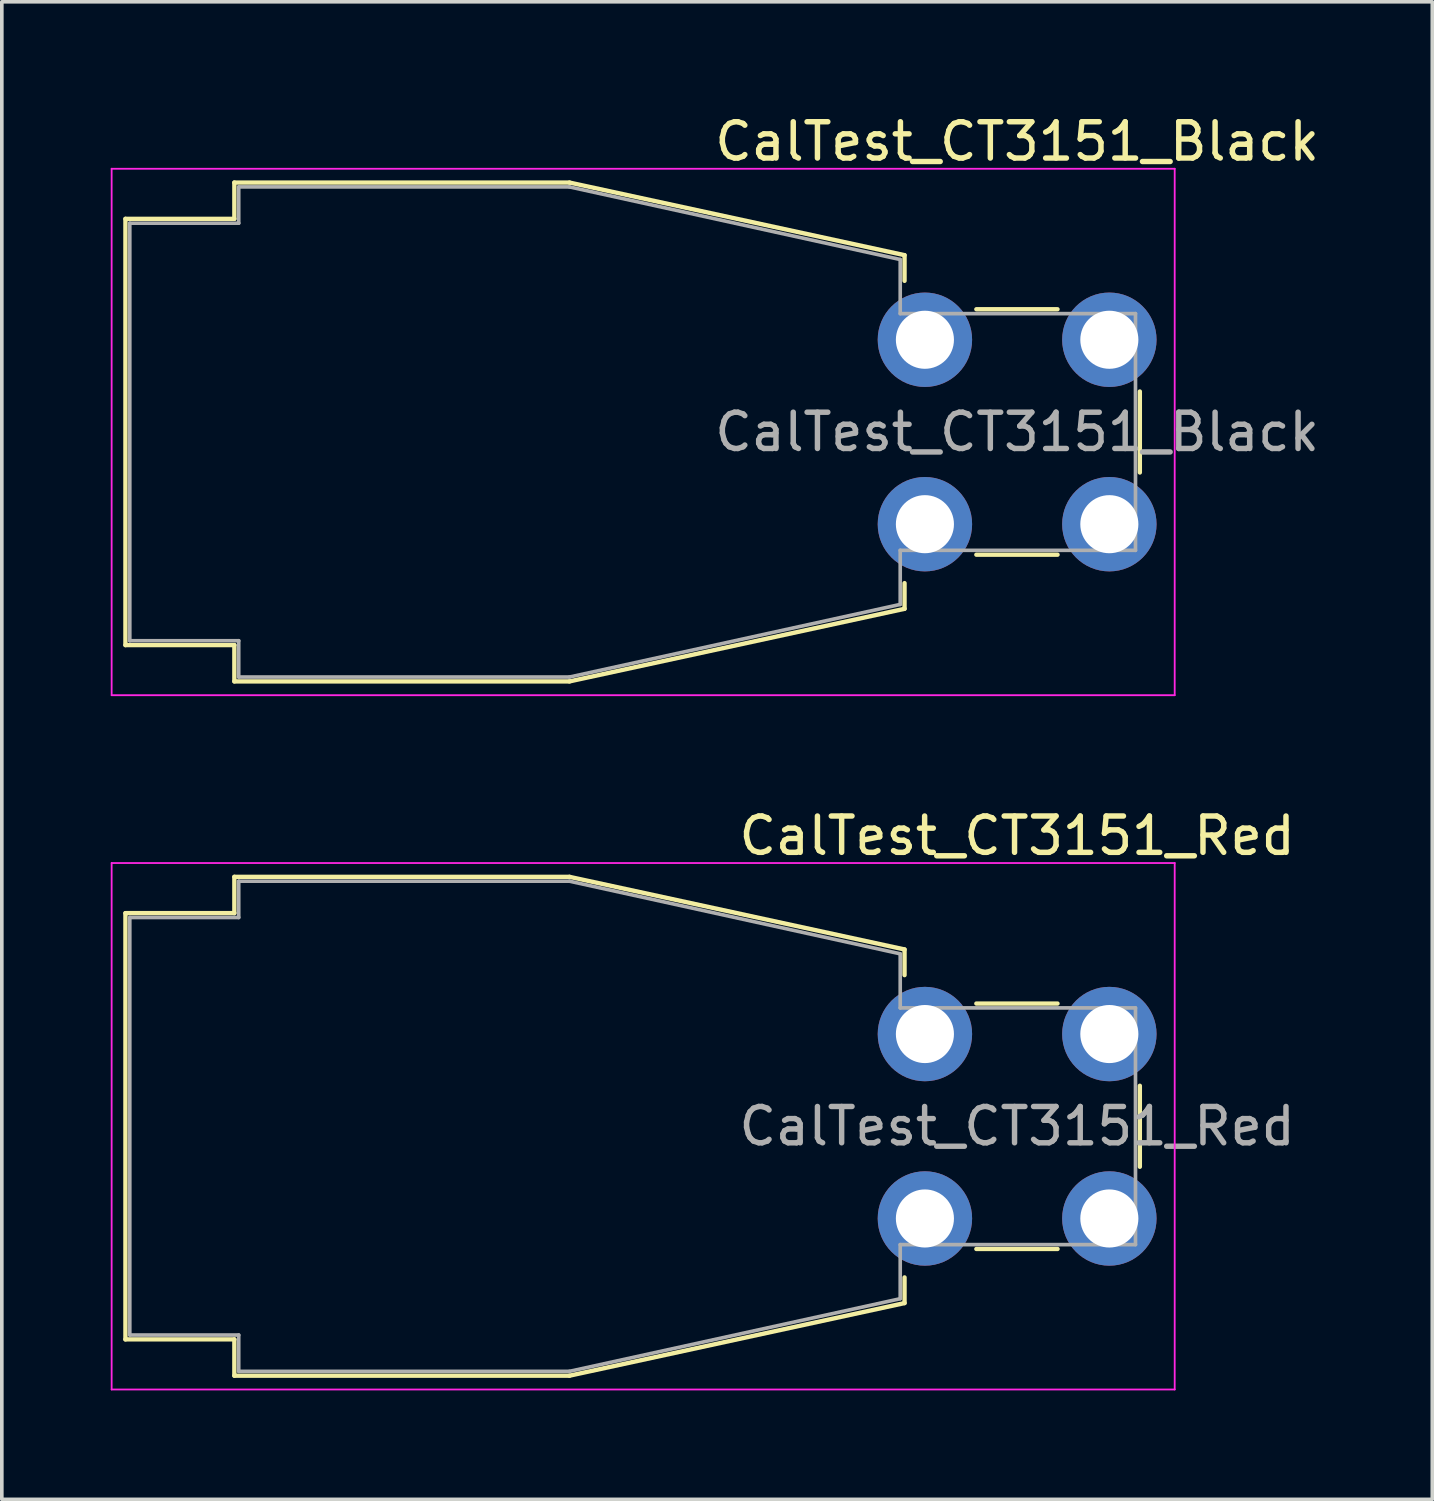
<source format=kicad_pcb>
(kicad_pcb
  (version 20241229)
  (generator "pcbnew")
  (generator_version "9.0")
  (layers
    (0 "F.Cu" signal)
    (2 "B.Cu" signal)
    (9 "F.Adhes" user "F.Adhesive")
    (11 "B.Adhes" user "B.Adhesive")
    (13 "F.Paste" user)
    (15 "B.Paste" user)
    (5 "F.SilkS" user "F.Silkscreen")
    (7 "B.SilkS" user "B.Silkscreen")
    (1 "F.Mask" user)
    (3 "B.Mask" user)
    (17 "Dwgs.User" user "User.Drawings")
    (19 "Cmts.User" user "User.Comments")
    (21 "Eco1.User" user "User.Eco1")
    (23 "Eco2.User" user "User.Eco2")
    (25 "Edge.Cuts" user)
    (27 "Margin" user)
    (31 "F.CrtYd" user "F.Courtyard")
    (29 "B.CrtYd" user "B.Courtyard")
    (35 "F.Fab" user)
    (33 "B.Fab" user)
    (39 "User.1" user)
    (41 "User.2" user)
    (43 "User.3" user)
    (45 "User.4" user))
  (footprint "CalTest_CT3151_Black"
    (layer "F.Cu")
    (at 22.425 6.308)
    (property "Reference" "CalTest_CT3151_Black" (at 2.54 -5.46 0) (layer "F.SilkS") (effects (font (size 1 1) (thickness 0.15))))
    (attr through_hole)
    (fp_line (start -22.02 -3.33) (end -19.02 -3.33) (stroke (width 0.12) (type solid)) (layer "F.SilkS"))
    (fp_line (start -22.02 8.41) (end -22.02 -3.33) (stroke (width 0.12) (type solid)) (layer "F.SilkS"))
    (fp_line (start -19.02 -4.33) (end -9.79 -4.33) (stroke (width 0.12) (type solid)) (layer "F.SilkS"))
    (fp_line (start -19.02 -3.33) (end -19.02 -4.33) (stroke (width 0.12) (type solid)) (layer "F.SilkS"))
    (fp_line (start -19.02 8.41) (end -22.02 8.41) (stroke (width 0.12) (type solid)) (layer "F.SilkS"))
    (fp_line (start -19.02 9.41) (end -19.02 8.41) (stroke (width 0.12) (type solid)) (layer "F.SilkS"))
    (fp_line (start -9.79 -4.33) (end -0.561 -2.33) (stroke (width 0.12) (type solid)) (layer "F.SilkS"))
    (fp_line (start -9.79 9.41) (end -19.02 9.41) (stroke (width 0.12) (type solid)) (layer "F.SilkS"))
    (fp_line (start -0.561 -2.33) (end -0.561 -1.623) (stroke (width 0.12) (type solid)) (layer "F.SilkS"))
    (fp_line (start -0.561 6.703) (end -0.561 7.41) (stroke (width 0.12) (type solid)) (layer "F.SilkS"))
    (fp_line (start -0.561 7.41) (end -9.79 9.41) (stroke (width 0.12) (type solid)) (layer "F.SilkS"))
    (fp_line (start 1.417 -0.84) (end 3.652 -0.84) (stroke (width 0.12) (type solid)) (layer "F.SilkS"))
    (fp_line (start 3.653 5.92) (end 1.417 5.92) (stroke (width 0.12) (type solid)) (layer "F.SilkS"))
    (fp_line (start 5.92 1.425) (end 5.92 3.656) (stroke (width 0.12) (type solid)) (layer "F.SilkS"))
    (fp_line (start -22.4 -4.71) (end -22.4 9.79) (stroke (width 0.05) (type solid)) (layer "F.CrtYd"))
    (fp_line (start -22.4 9.79) (end 6.88 9.79) (stroke (width 0.05) (type solid)) (layer "F.CrtYd"))
    (fp_line (start 6.88 -4.71) (end -22.4 -4.71) (stroke (width 0.05) (type solid)) (layer "F.CrtYd"))
    (fp_line (start 6.88 9.79) (end 6.88 -4.71) (stroke (width 0.05) (type solid)) (layer "F.CrtYd"))
    (fp_line (start -21.9 -3.21) (end -18.9 -3.21) (stroke (width 0.1) (type solid)) (layer "F.Fab"))
    (fp_line (start -21.9 8.29) (end -21.9 -3.21) (stroke (width 0.1) (type solid)) (layer "F.Fab"))
    (fp_line (start -18.9 -4.21) (end -9.79 -4.21) (stroke (width 0.1) (type solid)) (layer "F.Fab"))
    (fp_line (start -18.9 -3.21) (end -18.9 -4.21) (stroke (width 0.1) (type solid)) (layer "F.Fab"))
    (fp_line (start -18.9 8.29) (end -21.9 8.29) (stroke (width 0.1) (type solid)) (layer "F.Fab"))
    (fp_line (start -18.9 9.29) (end -18.9 8.29) (stroke (width 0.1) (type solid)) (layer "F.Fab"))
    (fp_line (start -9.79 -4.21) (end -0.68 -2.21) (stroke (width 0.1) (type solid)) (layer "F.Fab"))
    (fp_line (start -9.79 9.29) (end -18.9 9.29) (stroke (width 0.1) (type solid)) (layer "F.Fab"))
    (fp_line (start -0.68 -2.21) (end -0.68 -0.72) (stroke (width 0.1) (type solid)) (layer "F.Fab"))
    (fp_line (start -0.68 -0.72) (end 5.8 -0.72) (stroke (width 0.1) (type solid)) (layer "F.Fab"))
    (fp_line (start -0.68 5.8) (end -0.68 7.29) (stroke (width 0.1) (type solid)) (layer "F.Fab"))
    (fp_line (start -0.68 7.29) (end -9.79 9.29) (stroke (width 0.1) (type solid)) (layer "F.Fab"))
    (fp_line (start 5.8 -0.72) (end 5.8 5.8) (stroke (width 0.1) (type solid)) (layer "F.Fab"))
    (fp_line (start 5.8 5.8) (end -0.68 5.8) (stroke (width 0.1) (type solid)) (layer "F.Fab"))
    (fp_text user "${REFERENCE}" (at 2.54 2.54 0) (layer "F.Fab") (effects (font (size 1 1) (thickness 0.15))))
    (pad "1" thru_hole circle (at 0 0) (size 2.6 2.6) (drill 1.6) (layers "*.Cu" "*.Mask"))
    (pad "1" thru_hole circle (at 0 5.08) (size 2.6 2.6) (drill 1.6) (layers "*.Cu" "*.Mask"))
    (pad "1" thru_hole circle (at 5.08 0) (size 2.6 2.6) (drill 1.6) (layers "*.Cu" "*.Mask"))
    (pad "1" thru_hole circle (at 5.08 5.08) (size 2.6 2.6) (drill 1.6) (layers "*.Cu" "*.Mask")))
  (footprint "CalTest_CT3151_Red"
    (layer "F.Cu")
    (at 22.425 25.431)
    (property "Reference" "CalTest_CT3151_Red" (at 2.54 -5.46 0) (layer "F.SilkS") (effects (font (size 1 1) (thickness 0.15))))
    (attr through_hole)
    (fp_line (start -22.02 -3.33) (end -19.02 -3.33) (stroke (width 0.12) (type solid)) (layer "F.SilkS"))
    (fp_line (start -22.02 8.41) (end -22.02 -3.33) (stroke (width 0.12) (type solid)) (layer "F.SilkS"))
    (fp_line (start -19.02 -4.33) (end -9.79 -4.33) (stroke (width 0.12) (type solid)) (layer "F.SilkS"))
    (fp_line (start -19.02 -3.33) (end -19.02 -4.33) (stroke (width 0.12) (type solid)) (layer "F.SilkS"))
    (fp_line (start -19.02 8.41) (end -22.02 8.41) (stroke (width 0.12) (type solid)) (layer "F.SilkS"))
    (fp_line (start -19.02 9.41) (end -19.02 8.41) (stroke (width 0.12) (type solid)) (layer "F.SilkS"))
    (fp_line (start -9.79 -4.33) (end -0.561 -2.33) (stroke (width 0.12) (type solid)) (layer "F.SilkS"))
    (fp_line (start -9.79 9.41) (end -19.02 9.41) (stroke (width 0.12) (type solid)) (layer "F.SilkS"))
    (fp_line (start -0.561 -2.33) (end -0.561 -1.623) (stroke (width 0.12) (type solid)) (layer "F.SilkS"))
    (fp_line (start -0.561 6.703) (end -0.561 7.41) (stroke (width 0.12) (type solid)) (layer "F.SilkS"))
    (fp_line (start -0.561 7.41) (end -9.79 9.41) (stroke (width 0.12) (type solid)) (layer "F.SilkS"))
    (fp_line (start 1.417 -0.84) (end 3.652 -0.84) (stroke (width 0.12) (type solid)) (layer "F.SilkS"))
    (fp_line (start 3.653 5.92) (end 1.417 5.92) (stroke (width 0.12) (type solid)) (layer "F.SilkS"))
    (fp_line (start 5.92 1.425) (end 5.92 3.656) (stroke (width 0.12) (type solid)) (layer "F.SilkS"))
    (fp_line (start -22.4 -4.71) (end -22.4 9.79) (stroke (width 0.05) (type solid)) (layer "F.CrtYd"))
    (fp_line (start -22.4 9.79) (end 6.88 9.79) (stroke (width 0.05) (type solid)) (layer "F.CrtYd"))
    (fp_line (start 6.88 -4.71) (end -22.4 -4.71) (stroke (width 0.05) (type solid)) (layer "F.CrtYd"))
    (fp_line (start 6.88 9.79) (end 6.88 -4.71) (stroke (width 0.05) (type solid)) (layer "F.CrtYd"))
    (fp_line (start -21.9 -3.21) (end -18.9 -3.21) (stroke (width 0.1) (type solid)) (layer "F.Fab"))
    (fp_line (start -21.9 8.29) (end -21.9 -3.21) (stroke (width 0.1) (type solid)) (layer "F.Fab"))
    (fp_line (start -18.9 -4.21) (end -9.79 -4.21) (stroke (width 0.1) (type solid)) (layer "F.Fab"))
    (fp_line (start -18.9 -3.21) (end -18.9 -4.21) (stroke (width 0.1) (type solid)) (layer "F.Fab"))
    (fp_line (start -18.9 8.29) (end -21.9 8.29) (stroke (width 0.1) (type solid)) (layer "F.Fab"))
    (fp_line (start -18.9 9.29) (end -18.9 8.29) (stroke (width 0.1) (type solid)) (layer "F.Fab"))
    (fp_line (start -9.79 -4.21) (end -0.68 -2.21) (stroke (width 0.1) (type solid)) (layer "F.Fab"))
    (fp_line (start -9.79 9.29) (end -18.9 9.29) (stroke (width 0.1) (type solid)) (layer "F.Fab"))
    (fp_line (start -0.68 -2.21) (end -0.68 -0.72) (stroke (width 0.1) (type solid)) (layer "F.Fab"))
    (fp_line (start -0.68 -0.72) (end 5.8 -0.72) (stroke (width 0.1) (type solid)) (layer "F.Fab"))
    (fp_line (start -0.68 5.8) (end -0.68 7.29) (stroke (width 0.1) (type solid)) (layer "F.Fab"))
    (fp_line (start -0.68 7.29) (end -9.79 9.29) (stroke (width 0.1) (type solid)) (layer "F.Fab"))
    (fp_line (start 5.8 -0.72) (end 5.8 5.8) (stroke (width 0.1) (type solid)) (layer "F.Fab"))
    (fp_line (start 5.8 5.8) (end -0.68 5.8) (stroke (width 0.1) (type solid)) (layer "F.Fab"))
    (fp_text user "${REFERENCE}" (at 2.54 2.54 0) (layer "F.Fab") (effects (font (size 1 1) (thickness 0.15))))
    (pad "1" thru_hole circle (at 0 0) (size 2.6 2.6) (drill 1.6) (layers "*.Cu" "*.Mask"))
    (pad "1" thru_hole circle (at 0 5.08) (size 2.6 2.6) (drill 1.6) (layers "*.Cu" "*.Mask"))
    (pad "1" thru_hole circle (at 5.08 0) (size 2.6 2.6) (drill 1.6) (layers "*.Cu" "*.Mask"))
    (pad "1" thru_hole circle (at 5.08 5.08) (size 2.6 2.6) (drill 1.6) (layers "*.Cu" "*.Mask")))
  (gr_rect
    (start -3 -3)
    (end 36.4 38.246)
    (stroke (width 0.1) (type default))
    (fill no)
    (layer "Edge.Cuts")))
</source>
